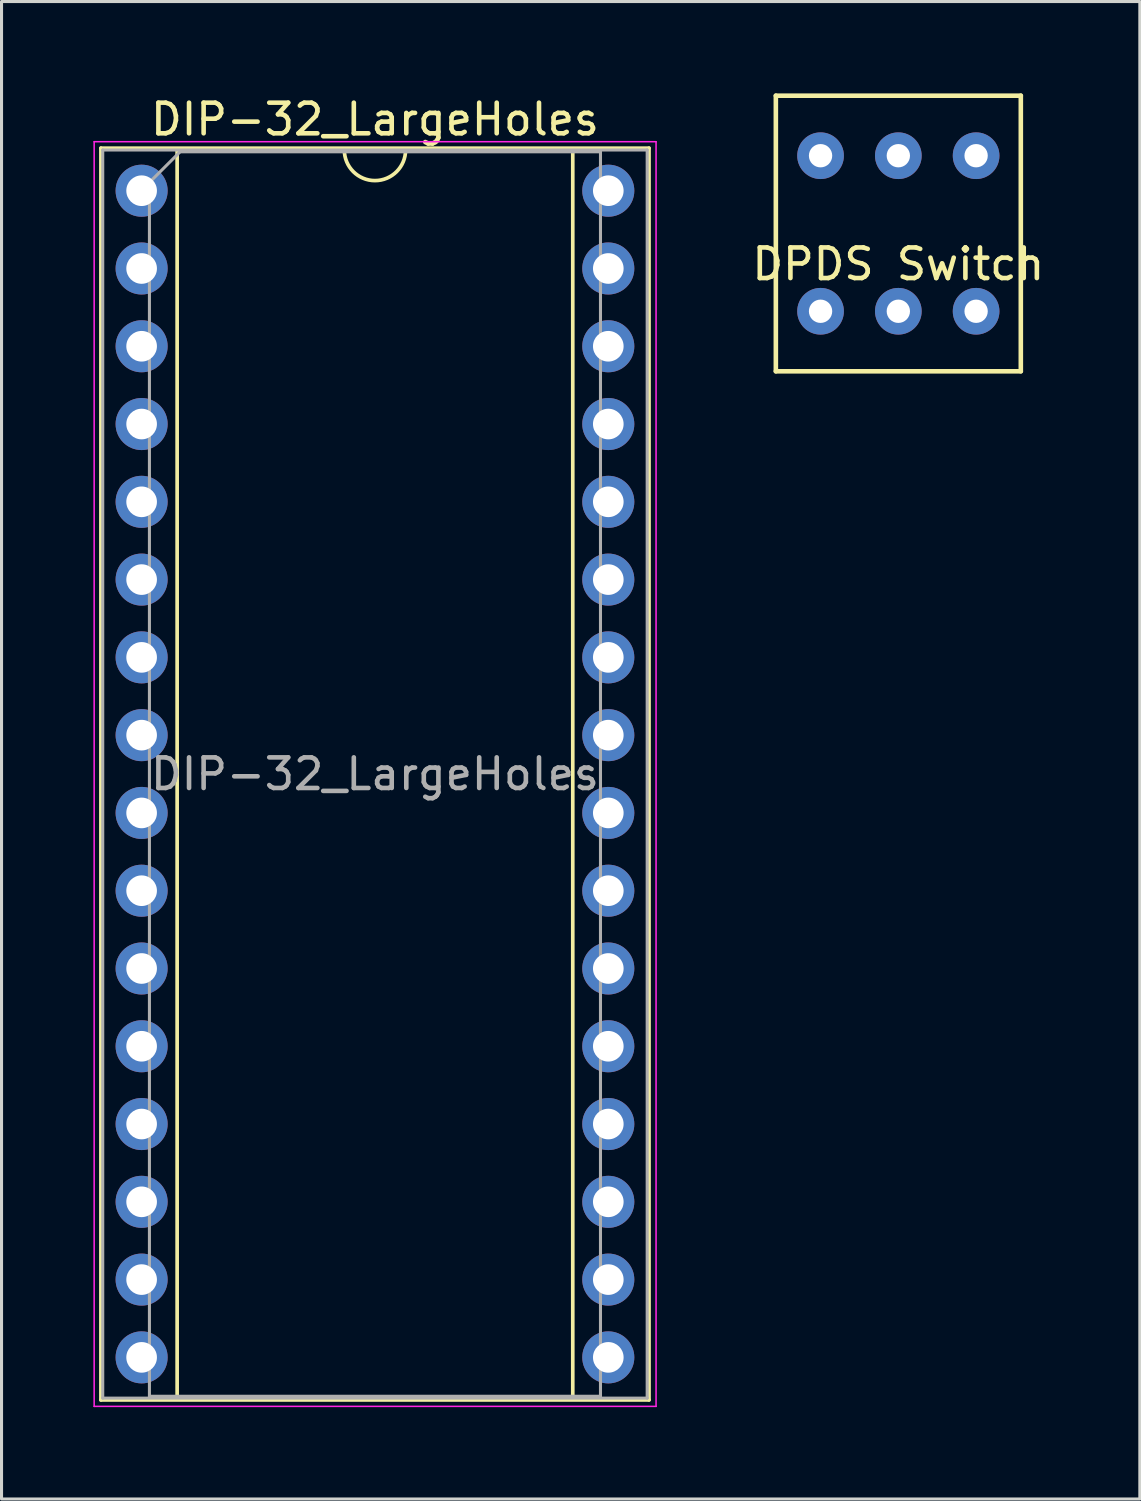
<source format=kicad_pcb>
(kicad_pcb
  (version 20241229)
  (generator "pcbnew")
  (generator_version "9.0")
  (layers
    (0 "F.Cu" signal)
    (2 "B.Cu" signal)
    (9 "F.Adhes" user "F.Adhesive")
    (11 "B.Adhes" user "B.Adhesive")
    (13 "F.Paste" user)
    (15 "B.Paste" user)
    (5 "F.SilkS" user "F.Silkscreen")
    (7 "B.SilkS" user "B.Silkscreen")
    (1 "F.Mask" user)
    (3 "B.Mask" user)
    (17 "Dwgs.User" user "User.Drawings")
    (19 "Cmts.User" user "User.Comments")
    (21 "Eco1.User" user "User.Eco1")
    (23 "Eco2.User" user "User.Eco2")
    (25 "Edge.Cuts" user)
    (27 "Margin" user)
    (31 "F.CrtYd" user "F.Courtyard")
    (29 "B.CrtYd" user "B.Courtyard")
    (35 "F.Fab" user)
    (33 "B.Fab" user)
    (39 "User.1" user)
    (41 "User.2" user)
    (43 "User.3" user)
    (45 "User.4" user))
  (footprint "DIP-32_LargeHoles"
    (layer "F.Cu")
    (at 1.575 3.178)
    (property "Reference" "DIP-32_LargeHoles" (at 7.62 -2.33 0) (layer "F.SilkS") (effects (font (size 1 1) (thickness 0.15))))
    (attr through_hole)
    (fp_line (start -1.33 -1.39) (end -1.33 39.49) (stroke (width 0.12) (type solid)) (layer "F.SilkS"))
    (fp_line (start -1.33 39.49) (end 16.57 39.49) (stroke (width 0.12) (type solid)) (layer "F.SilkS"))
    (fp_line (start 1.16 -1.33) (end 1.16 39.43) (stroke (width 0.12) (type solid)) (layer "F.SilkS"))
    (fp_line (start 1.16 39.43) (end 14.08 39.43) (stroke (width 0.12) (type solid)) (layer "F.SilkS"))
    (fp_line (start 6.62 -1.33) (end 1.16 -1.33) (stroke (width 0.12) (type solid)) (layer "F.SilkS"))
    (fp_line (start 14.08 -1.33) (end 8.62 -1.33) (stroke (width 0.12) (type solid)) (layer "F.SilkS"))
    (fp_line (start 14.08 39.43) (end 14.08 -1.33) (stroke (width 0.12) (type solid)) (layer "F.SilkS"))
    (fp_line (start 16.57 -1.39) (end -1.33 -1.39) (stroke (width 0.12) (type solid)) (layer "F.SilkS"))
    (fp_line (start 16.57 39.49) (end 16.57 -1.39) (stroke (width 0.12) (type solid)) (layer "F.SilkS"))
    (fp_arc (start 8.62 -1.33) (mid 7.62 -0.33) (end 6.62 -1.33) (stroke (width 0.12) (type solid)) (layer "F.SilkS"))
    (fp_line (start -1.55 -1.6) (end -1.55 39.7) (stroke (width 0.05) (type solid)) (layer "F.CrtYd"))
    (fp_line (start -1.55 39.7) (end 16.8 39.7) (stroke (width 0.05) (type solid)) (layer "F.CrtYd"))
    (fp_line (start 16.8 -1.6) (end -1.55 -1.6) (stroke (width 0.05) (type solid)) (layer "F.CrtYd"))
    (fp_line (start 16.8 39.7) (end 16.8 -1.6) (stroke (width 0.05) (type solid)) (layer "F.CrtYd"))
    (fp_line (start -1.27 -1.33) (end -1.27 39.43) (stroke (width 0.1) (type solid)) (layer "F.Fab"))
    (fp_line (start -1.27 39.43) (end 16.51 39.43) (stroke (width 0.1) (type solid)) (layer "F.Fab"))
    (fp_line (start 0.255 -0.27) (end 1.255 -1.27) (stroke (width 0.1) (type solid)) (layer "F.Fab"))
    (fp_line (start 0.255 39.37) (end 0.255 -0.27) (stroke (width 0.1) (type solid)) (layer "F.Fab"))
    (fp_line (start 1.255 -1.27) (end 14.985 -1.27) (stroke (width 0.1) (type solid)) (layer "F.Fab"))
    (fp_line (start 14.985 -1.27) (end 14.985 39.37) (stroke (width 0.1) (type solid)) (layer "F.Fab"))
    (fp_line (start 14.985 39.37) (end 0.255 39.37) (stroke (width 0.1) (type solid)) (layer "F.Fab"))
    (fp_line (start 16.51 -1.33) (end -1.27 -1.33) (stroke (width 0.1) (type solid)) (layer "F.Fab"))
    (fp_line (start 16.51 39.43) (end 16.51 -1.33) (stroke (width 0.1) (type solid)) (layer "F.Fab"))
    (fp_text user "${REFERENCE}" (at 7.62 19.05 0) (layer "F.Fab") (effects (font (size 1 1) (thickness 0.15))))
    (pad "1" thru_hole circle (at 0 0) (size 1.7 1.7) (drill 1) (layers "*.Cu" "*.Mask"))
    (pad "2" thru_hole oval (at 0 2.54) (size 1.7 1.7) (drill 1) (layers "*.Cu" "*.Mask"))
    (pad "3" thru_hole oval (at 0 5.08) (size 1.7 1.7) (drill 1) (layers "*.Cu" "*.Mask"))
    (pad "4" thru_hole circle (at 0 7.62) (size 1.7 1.7) (drill 1) (layers "*.Cu" "*.Mask"))
    (pad "5" thru_hole circle (at 0 10.16) (size 1.7 1.7) (drill 1) (layers "*.Cu" "*.Mask"))
    (pad "6" thru_hole circle (at 0 12.7) (size 1.7 1.7) (drill 1) (layers "*.Cu" "*.Mask"))
    (pad "7" thru_hole circle (at 0 15.24) (size 1.7 1.7) (drill 1) (layers "*.Cu" "*.Mask"))
    (pad "8" thru_hole circle (at 0 17.78) (size 1.7 1.7) (drill 1) (layers "*.Cu" "*.Mask"))
    (pad "9" thru_hole circle (at 0 20.32) (size 1.7 1.7) (drill 1) (layers "*.Cu" "*.Mask"))
    (pad "10" thru_hole circle (at 0 22.86) (size 1.7 1.7) (drill 1) (layers "*.Cu" "*.Mask"))
    (pad "11" thru_hole oval (at 0 25.4) (size 1.7 1.7) (drill 1) (layers "*.Cu" "*.Mask"))
    (pad "12" thru_hole oval (at 0 27.94) (size 1.7 1.7) (drill 1) (layers "*.Cu" "*.Mask"))
    (pad "13" thru_hole oval (at 0 30.48) (size 1.7 1.7) (drill 1) (layers "*.Cu" "*.Mask"))
    (pad "14" thru_hole oval (at 0 33.02) (size 1.7 1.7) (drill 1) (layers "*.Cu" "*.Mask"))
    (pad "15" thru_hole oval (at 0 35.56) (size 1.7 1.7) (drill 1) (layers "*.Cu" "*.Mask"))
    (pad "16" thru_hole oval (at 0 38.1) (size 1.7 1.7) (drill 1) (layers "*.Cu" "*.Mask"))
    (pad "17" thru_hole oval (at 15.24 38.1) (size 1.7 1.7) (drill 1) (layers "*.Cu" "*.Mask"))
    (pad "18" thru_hole oval (at 15.24 35.56) (size 1.7 1.7) (drill 1) (layers "*.Cu" "*.Mask"))
    (pad "19" thru_hole oval (at 15.24 33.02) (size 1.7 1.7) (drill 1) (layers "*.Cu" "*.Mask"))
    (pad "20" thru_hole oval (at 15.24 30.48) (size 1.7 1.7) (drill 1) (layers "*.Cu" "*.Mask"))
    (pad "21" thru_hole oval (at 15.24 27.94) (size 1.7 1.7) (drill 1) (layers "*.Cu" "*.Mask"))
    (pad "22" thru_hole oval (at 15.24 25.4) (size 1.7 1.7) (drill 1) (layers "*.Cu" "*.Mask"))
    (pad "23" thru_hole oval (at 15.24 22.86) (size 1.7 1.7) (drill 1) (layers "*.Cu" "*.Mask"))
    (pad "24" thru_hole oval (at 15.24 20.32) (size 1.7 1.7) (drill 1) (layers "*.Cu" "*.Mask"))
    (pad "25" thru_hole oval (at 15.24 17.78) (size 1.7 1.7) (drill 1) (layers "*.Cu" "*.Mask"))
    (pad "26" thru_hole oval (at 15.24 15.24) (size 1.7 1.7) (drill 1) (layers "*.Cu" "*.Mask"))
    (pad "27" thru_hole oval (at 15.24 12.7) (size 1.7 1.7) (drill 1) (layers "*.Cu" "*.Mask"))
    (pad "28" thru_hole oval (at 15.24 10.16) (size 1.7 1.7) (drill 1) (layers "*.Cu" "*.Mask"))
    (pad "29" thru_hole oval (at 15.24 7.62) (size 1.7 1.7) (drill 1) (layers "*.Cu" "*.Mask"))
    (pad "30" thru_hole oval (at 15.24 5.08) (size 1.7 1.7) (drill 1) (layers "*.Cu" "*.Mask"))
    (pad "31" thru_hole oval (at 15.24 2.54) (size 1.7 1.7) (drill 1) (layers "*.Cu" "*.Mask"))
    (pad "32" thru_hole oval (at 15.24 0) (size 1.7 1.7) (drill 1) (layers "*.Cu" "*.Mask")))
  (footprint "DPDS Switch"
    (layer "F.Cu")
    (at 26.287 4.575)
    (property "Reference" "DPDS Switch" (at 0 1 0) (layer "F.SilkS") (effects (font (size 1 1) (thickness 0.15))))
    (attr through_hole)
    (fp_line (start -4 -4.5) (end 4 -4.5) (stroke (width 0.15) (type solid)) (layer "F.SilkS"))
    (fp_line (start -4 4.5) (end -4 -4.5) (stroke (width 0.15) (type solid)) (layer "F.SilkS"))
    (fp_line (start 4 -4.5) (end 4 4.5) (stroke (width 0.15) (type solid)) (layer "F.SilkS"))
    (fp_line (start 4 4.5) (end -4 4.5) (stroke (width 0.15) (type solid)) (layer "F.SilkS"))
    (pad "1" thru_hole circle (at -2.54 -2.54) (size 1.524 1.524) (drill 0.762) (layers "*.Cu" "*.Mask"))
    (pad "2" thru_hole circle (at 0 -2.54) (size 1.524 1.524) (drill 0.762) (layers "*.Cu" "*.Mask"))
    (pad "3" thru_hole circle (at 2.54 -2.54) (size 1.524 1.524) (drill 0.762) (layers "*.Cu" "*.Mask"))
    (pad "4" thru_hole circle (at -2.54 2.54) (size 1.524 1.524) (drill 0.762) (layers "*.Cu" "*.Mask"))
    (pad "5" thru_hole circle (at 0 2.54) (size 1.524 1.524) (drill 0.762) (layers "*.Cu" "*.Mask"))
    (pad "6" thru_hole circle (at 2.54 2.54) (size 1.524 1.524) (drill 0.762) (layers "*.Cu" "*.Mask")))
  (gr_rect
    (start -3 -3)
    (end 34.174 45.903)
    (stroke (width 0.1) (type default))
    (fill no)
    (layer "Edge.Cuts")))
</source>
